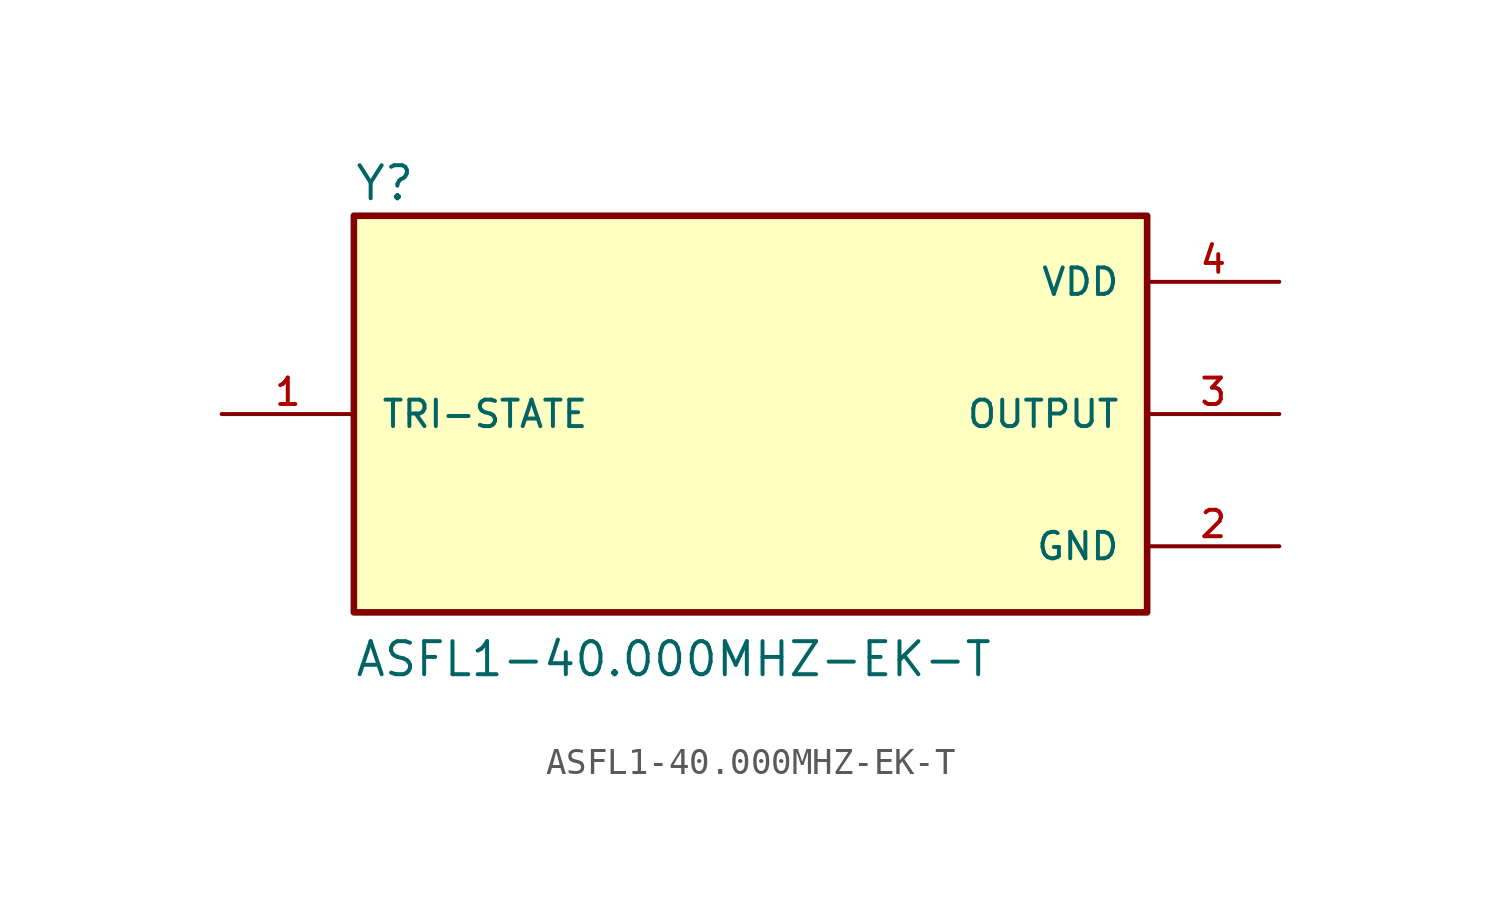
<source format=kicad_sym>
(kicad_symbol_lib
  (version 20211014)
  (generator kicad_symbol_editor)
  (symbol "ASFL1-40.000MHZ-EK-T"
    (pin_names
      (offset 1.016))
    (property "Reference" "Y"
      (at -15.24 8.128 0)
      (effects (font (size 1.27 1.27)) (justify bottom left)))
    (property "Value" "ASFL1-40.000MHZ-EK-T"
      (at -15.24 -10.16 0)
      (effects (font (size 1.27 1.27)) (justify bottom left)))
    (symbol "ASFL1-40.000MHZ-EK-T_0_0"
      (rectangle (start -15.24 -7.62) (end 15.24 7.62) (stroke (width 0.254)) (fill (type background)))
      (pin power_in line (at 20.32 5.08 180.0) (length 5.08) (name "VDD" (effects (font (size 1.016 1.016)))) (number "4" (effects (font (size 1.016 1.016)))))
      (pin passive line (at -20.32 0.0 0) (length 5.08) (name "TRI-STATE" (effects (font (size 1.016 1.016)))) (number "1" (effects (font (size 1.016 1.016)))))
      (pin power_in line (at 20.32 -5.08 180.0) (length 5.08) (name "GND" (effects (font (size 1.016 1.016)))) (number "2" (effects (font (size 1.016 1.016)))))
      (pin output line (at 20.32 0.0 180.0) (length 5.08) (name "OUTPUT" (effects (font (size 1.016 1.016)))) (number "3" (effects (font (size 1.016 1.016))))))))
</source>
